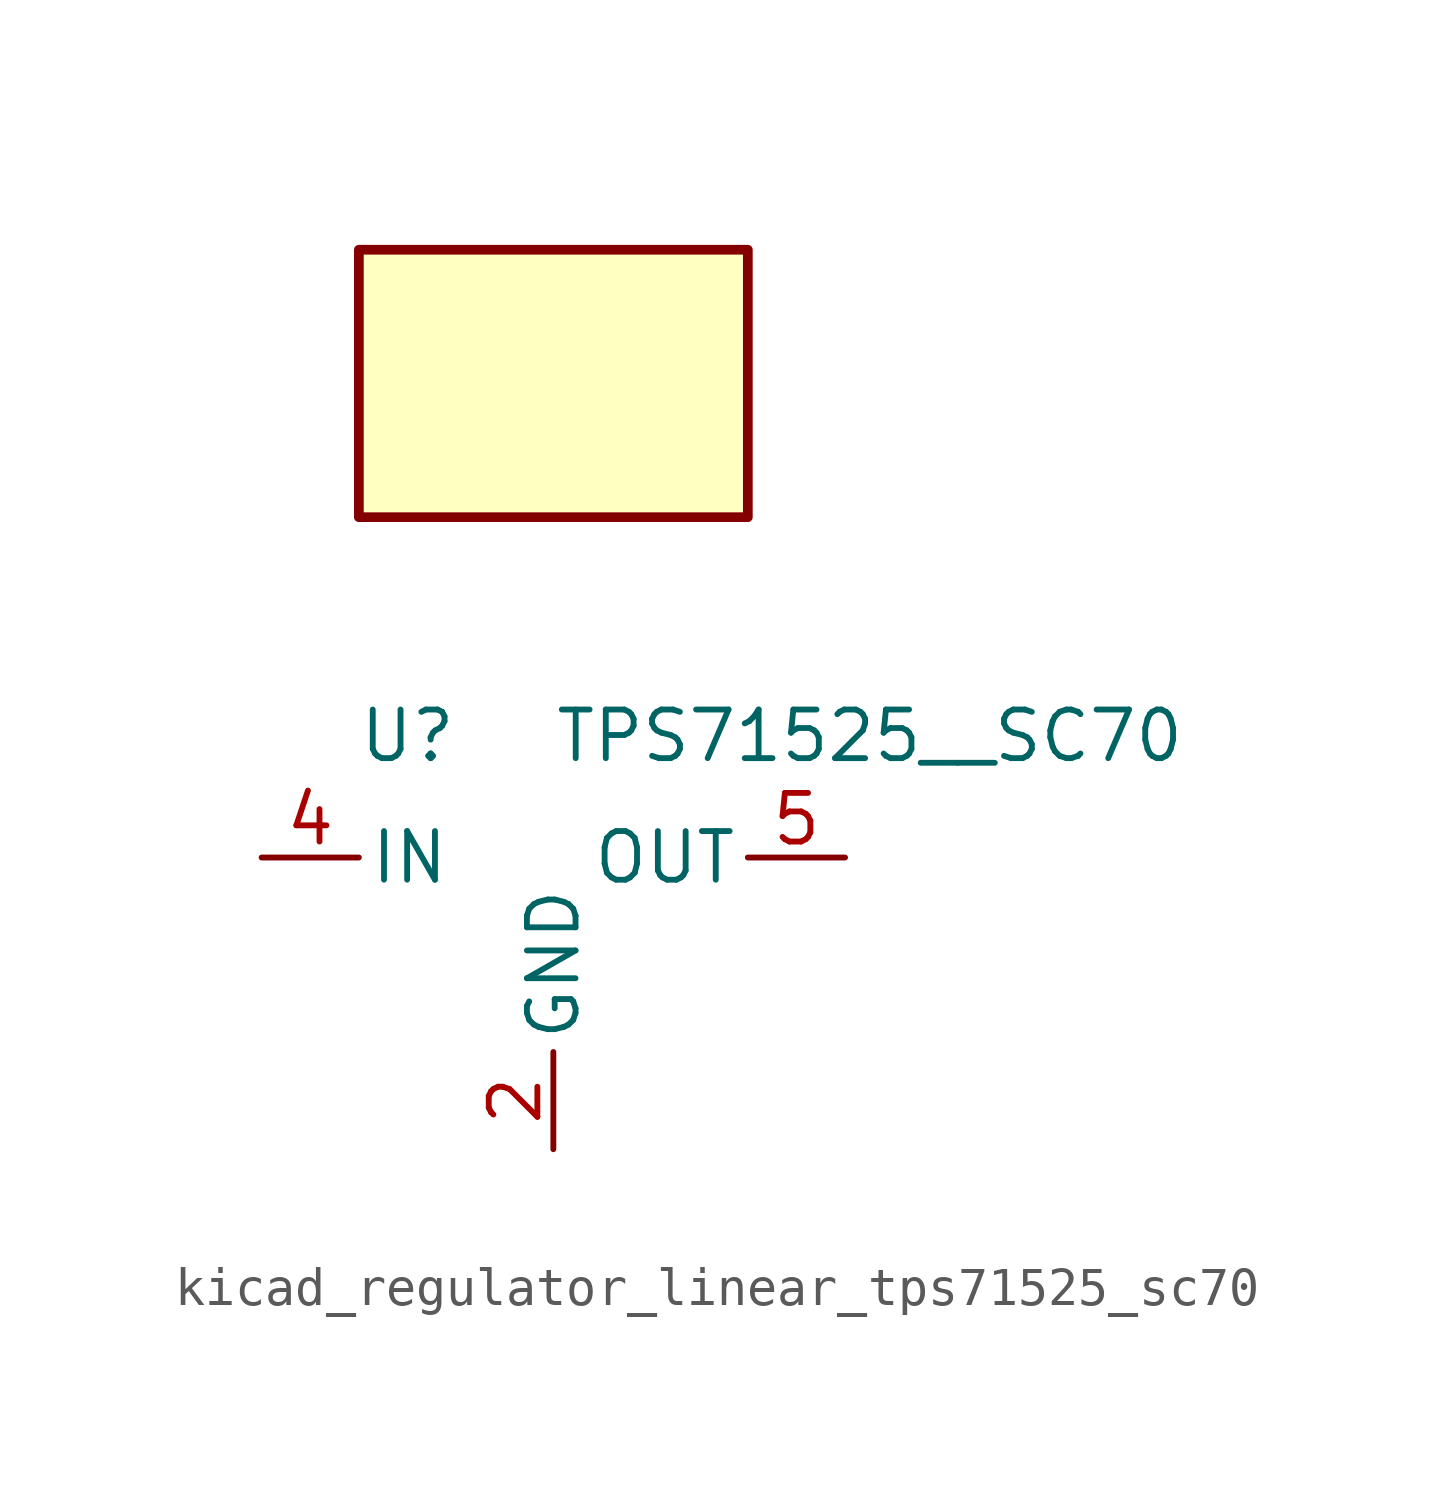
<source format=kicad_sym>
(kicad_symbol_lib
  (version 20220914)
  (generator kicad_symbol_editor)
  (symbol "kicad_regulator_linear_tps71525_sc70"
    (pin_names
      (offset 0.254))
    (property "Reference" "U"
      (at -3.81 3.175 0)
      (effects (font (size 1.27 1.27))))
    (property "Value" "TPS71525__SC70"
      (at 0 3.175 0)
      (effects (font (size 1.27 1.27)) (justify left)))
    (symbol "kicad_regulator_linear_tps71525_sc70_0_1"
      (rectangle (start 5.08 15.875) (end -5.08 8.89) (stroke (width 0.254) (type default)) (fill (type background))))
    (symbol "kicad_regulator_linear_tps71525_sc70_1_1"
      (pin no_connect line (at 5.08 -2.54 180) (length 2.54) hide (name "NC" (effects (font (size 1.27 1.27)))) (number "1" (effects (font (size 1.27 1.27)))))
      (pin power_in line (at 0 -7.62 90) (length 2.54) (name "GND" (effects (font (size 1.27 1.27)))) (number "2" (effects (font (size 1.27 1.27)))))
      (pin no_connect line (at -5.08 -2.54 0) (length 2.54) hide (name "NC" (effects (font (size 1.27 1.27)))) (number "3" (effects (font (size 1.27 1.27)))))
      (pin power_in line (at -7.62 0 0) (length 2.54) (name "IN" (effects (font (size 1.27 1.27)))) (number "4" (effects (font (size 1.27 1.27)))))
      (pin power_out line (at 7.62 0 180) (length 2.54) (name "OUT" (effects (font (size 1.27 1.27)))) (number "5" (effects (font (size 1.27 1.27))))))))
</source>
